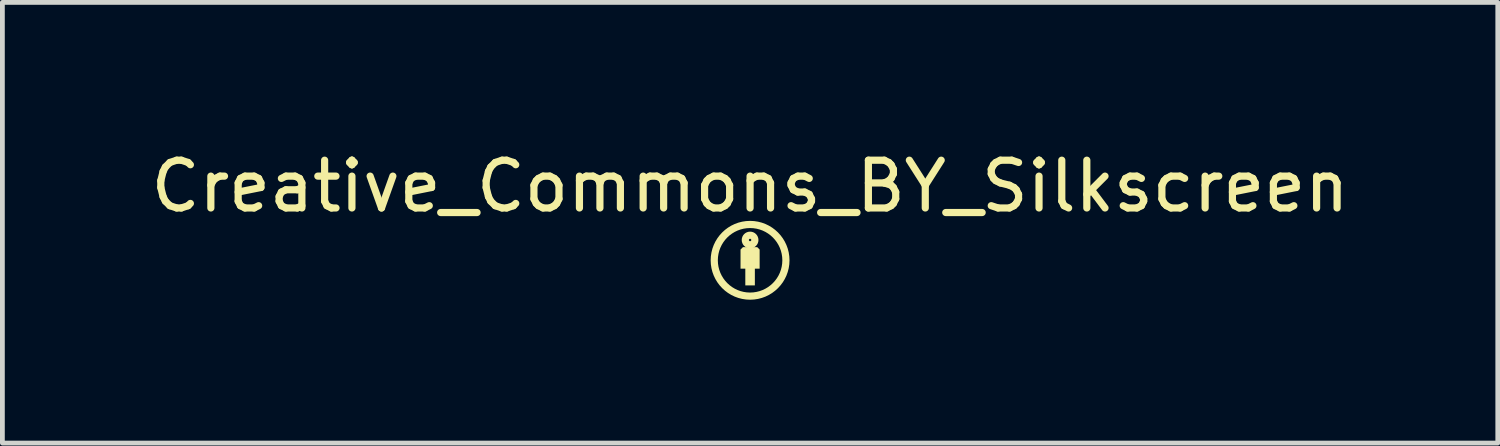
<source format=kicad_pcb>
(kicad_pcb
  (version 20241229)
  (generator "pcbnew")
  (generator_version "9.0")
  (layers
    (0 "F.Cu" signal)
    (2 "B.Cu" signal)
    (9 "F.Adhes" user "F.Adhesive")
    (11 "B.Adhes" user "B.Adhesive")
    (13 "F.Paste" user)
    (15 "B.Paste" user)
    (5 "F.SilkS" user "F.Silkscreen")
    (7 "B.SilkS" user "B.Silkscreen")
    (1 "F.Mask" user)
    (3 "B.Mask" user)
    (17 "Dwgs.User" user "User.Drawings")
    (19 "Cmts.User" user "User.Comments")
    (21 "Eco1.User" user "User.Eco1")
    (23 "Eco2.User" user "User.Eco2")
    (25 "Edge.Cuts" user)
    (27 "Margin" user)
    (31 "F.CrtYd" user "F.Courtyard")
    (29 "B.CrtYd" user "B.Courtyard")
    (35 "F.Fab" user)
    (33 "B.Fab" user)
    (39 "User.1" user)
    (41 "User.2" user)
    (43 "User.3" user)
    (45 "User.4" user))
  (footprint "Creative_Commons_BY_Silkscreen"
    (layer "F.Cu")
    (at 12.649 2.398)
    (property "Reference" "Creative_Commons_BY_Silkscreen" (at 0 -1.55 0) (unlocked yes) (layer "F.SilkS") (effects (font (size 1 1) (thickness 0.15))))
    (attr exclude_from_pos_files exclude_from_bom)
    (fp_circle (center 0 -0.425) (end 0.025 -0.425) (stroke (width 0.15) (type solid)) (fill no) (layer "F.SilkS"))
    (fp_circle (center 0 0) (end 0.75 0) (stroke (width 0.15) (type solid)) (fill no) (layer "F.SilkS"))
    (fp_poly (pts (xy 0.2 -0.225) (xy 0.2 0.175) (xy 0.1 0.175) (xy 0.1 0.525) (xy -0.1 0.525) (xy -0.1 0.175) (xy -0.2 0.175) (xy -0.2 -0.225) (xy -0.15 -0.275) (xy 0.15 -0.275)) (stroke (width 0) (type solid)) (fill yes) (layer "F.SilkS")))
  (gr_rect
    (start -3 -3)
    (end 28.298 6.223)
    (stroke (width 0.1) (type default))
    (fill no)
    (layer "Edge.Cuts")))
</source>
